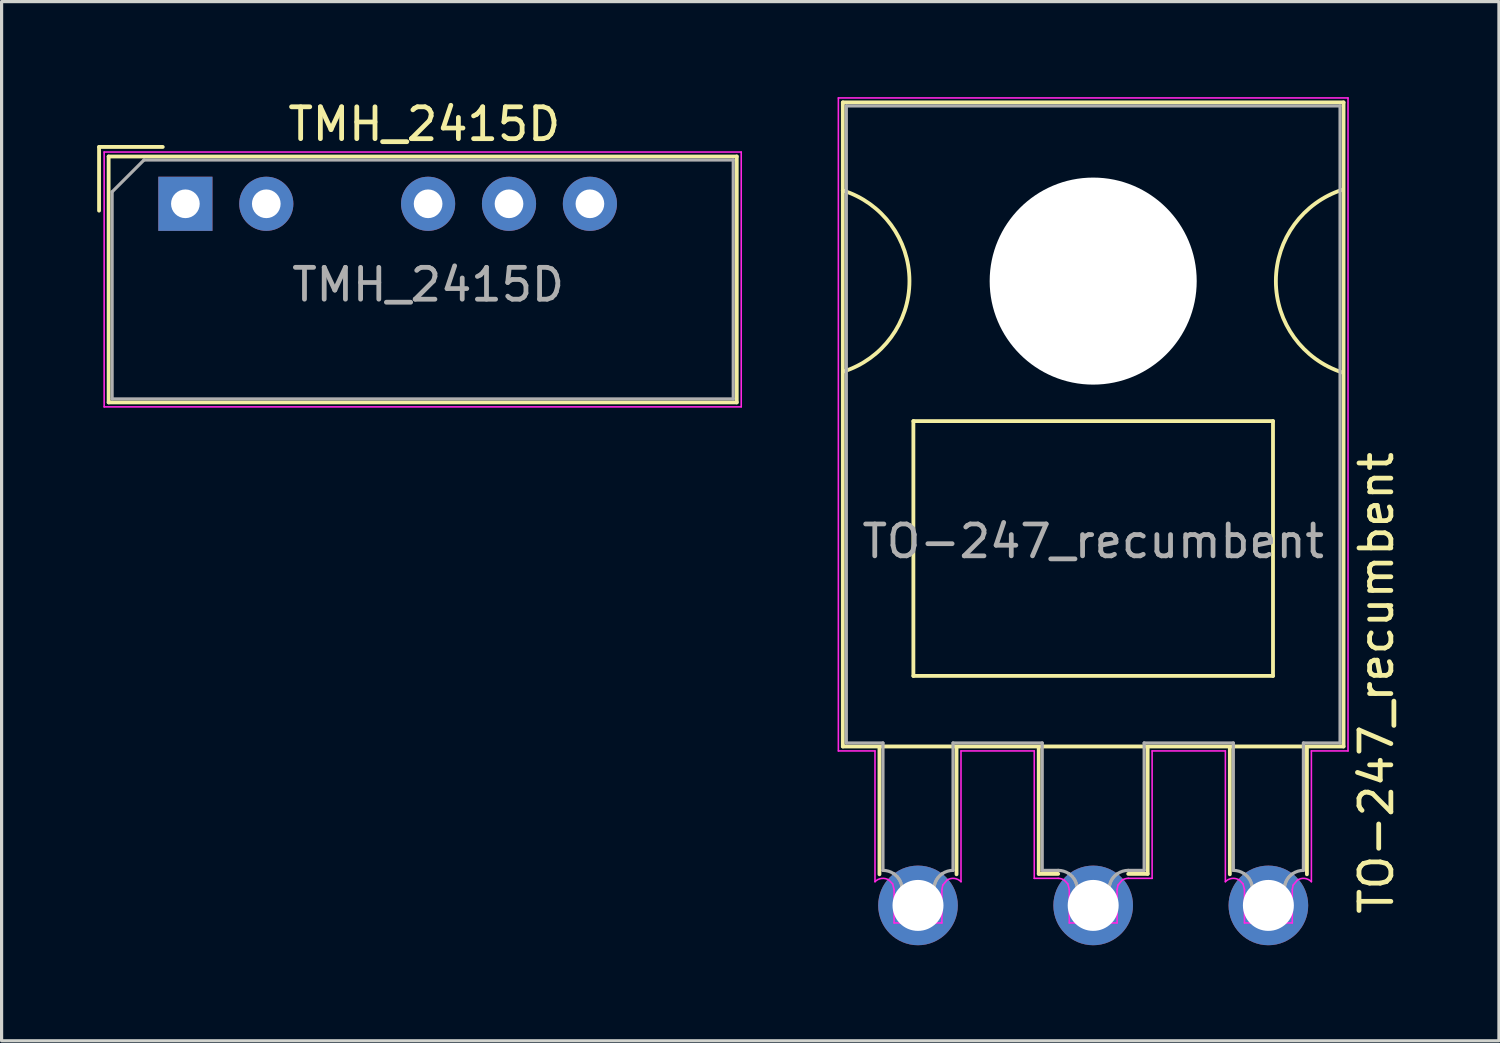
<source format=kicad_pcb>
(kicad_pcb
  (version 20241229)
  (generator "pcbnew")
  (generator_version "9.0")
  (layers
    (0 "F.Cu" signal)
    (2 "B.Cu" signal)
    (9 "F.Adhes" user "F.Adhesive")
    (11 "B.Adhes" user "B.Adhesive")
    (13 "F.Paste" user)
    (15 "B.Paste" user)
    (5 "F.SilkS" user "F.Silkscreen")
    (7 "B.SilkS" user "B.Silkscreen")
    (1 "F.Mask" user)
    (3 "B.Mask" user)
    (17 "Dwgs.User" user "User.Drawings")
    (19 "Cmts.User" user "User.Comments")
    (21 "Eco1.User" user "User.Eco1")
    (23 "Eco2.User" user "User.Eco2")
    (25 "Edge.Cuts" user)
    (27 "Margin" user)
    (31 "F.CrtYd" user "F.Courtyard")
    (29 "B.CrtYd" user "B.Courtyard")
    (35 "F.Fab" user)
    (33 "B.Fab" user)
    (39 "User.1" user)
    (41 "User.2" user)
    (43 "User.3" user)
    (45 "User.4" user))
  (footprint "TO-247_recumbent"
    (layer "F.Cu")
    (at 31.27 25.375)
    (property "Reference" "TO-247_recumbent" (at 8.89 -6.985 90) (layer "F.SilkS") (effects (font (size 1 1) (thickness 0.15))))
    (attr through_hole)
    (fp_line (start -7.86 -25.21) (end -7.86 -4.99) (stroke (width 0.12) (type solid)) (layer "F.SilkS"))
    (fp_line (start -7.86 -4.99) (end 7.86 -4.99) (stroke (width 0.12) (type solid)) (layer "F.SilkS"))
    (fp_line (start -6.71 -4.945) (end -6.71 -0.977) (stroke (width 0.12) (type solid)) (layer "F.SilkS"))
    (fp_line (start -5.645 -15.205) (end -5.645 -7.205) (stroke (width 0.12) (type solid)) (layer "F.SilkS"))
    (fp_line (start -5.645 -7.205) (end 5.645 -7.205) (stroke (width 0.12) (type solid)) (layer "F.SilkS"))
    (fp_line (start -4.29 -0.977) (end -4.29 -4.945) (stroke (width 0.12) (type solid)) (layer "F.SilkS"))
    (fp_line (start -1.71 -4.945) (end -1.71 -0.99) (stroke (width 0.12) (type solid)) (layer "F.SilkS"))
    (fp_line (start -1.71 -0.99) (end -1.1 -0.99) (stroke (width 0.12) (type solid)) (layer "F.SilkS"))
    (fp_line (start 1.1 -0.99) (end 1.71 -0.99) (stroke (width 0.12) (type solid)) (layer "F.SilkS"))
    (fp_line (start 1.71 -0.99) (end 1.71 -4.945) (stroke (width 0.12) (type solid)) (layer "F.SilkS"))
    (fp_line (start 4.29 -4.945) (end 4.29 -0.977) (stroke (width 0.12) (type solid)) (layer "F.SilkS"))
    (fp_line (start 5.645 -15.205) (end -5.645 -15.205) (stroke (width 0.12) (type solid)) (layer "F.SilkS"))
    (fp_line (start 5.645 -7.205) (end 5.645 -15.205) (stroke (width 0.12) (type solid)) (layer "F.SilkS"))
    (fp_line (start 6.71 -0.977) (end 6.71 -4.945) (stroke (width 0.12) (type solid)) (layer "F.SilkS"))
    (fp_line (start 7.86 -25.21) (end -7.86 -25.21) (stroke (width 0.12) (type solid)) (layer "F.SilkS"))
    (fp_line (start 7.86 -4.99) (end 7.86 -25.21) (stroke (width 0.12) (type solid)) (layer "F.SilkS"))
    (fp_arc (start -7.861178 -22.446409) (mid -5.768049 -19.604024) (end -7.8535 -16.756) (stroke (width 0.12) (type solid)) (layer "F.SilkS"))
    (fp_arc (start 7.823097 -16.731542) (mid 5.735504 -19.604151) (end 7.831 -22.471) (stroke (width 0.12) (type solid)) (layer "F.SilkS"))
    (fp_line (start -8 -25.35) (end -8 -4.85) (stroke (width 0.05) (type solid)) (layer "F.CrtYd"))
    (fp_line (start -8 -4.85) (end -6.85 -4.85) (stroke (width 0.05) (type solid)) (layer "F.CrtYd"))
    (fp_line (start -6.85 -4.85) (end -6.85 -0.745) (stroke (width 0.05) (type solid)) (layer "F.CrtYd"))
    (fp_line (start -6.296 -0.674) (end -6.41 -0.794) (stroke (width 0.05) (type solid)) (layer "F.CrtYd"))
    (fp_line (start -6.25 0.55) (end -6.25 -0.496) (stroke (width 0.05) (type solid)) (layer "F.CrtYd"))
    (fp_line (start -6.25 -0.496) (end -6.296 -0.674) (stroke (width 0.05) (type solid)) (layer "F.CrtYd"))
    (fp_line (start -4.75 -0.497) (end -4.75 0.55) (stroke (width 0.05) (type solid)) (layer "F.CrtYd"))
    (fp_line (start -4.75 0.55) (end -6.25 0.55) (stroke (width 0.05) (type solid)) (layer "F.CrtYd"))
    (fp_line (start -4.722 -0.636) (end -4.75 -0.497) (stroke (width 0.05) (type solid)) (layer "F.CrtYd"))
    (fp_line (start -4.591 -0.793) (end -4.722 -0.636) (stroke (width 0.05) (type solid)) (layer "F.CrtYd"))
    (fp_line (start -4.15 -4.85) (end -1.85 -4.85) (stroke (width 0.05) (type solid)) (layer "F.CrtYd"))
    (fp_line (start -4.15 -0.745) (end -4.15 -4.85) (stroke (width 0.05) (type solid)) (layer "F.CrtYd"))
    (fp_line (start -1.85 -4.85) (end -1.85 -0.85) (stroke (width 0.05) (type solid)) (layer "F.CrtYd"))
    (fp_line (start -1.85 -0.85) (end -1.1 -0.85) (stroke (width 0.05) (type solid)) (layer "F.CrtYd"))
    (fp_line (start -0.796 -0.674) (end -0.91 -0.794) (stroke (width 0.05) (type solid)) (layer "F.CrtYd"))
    (fp_line (start -0.75 -0.496) (end -0.796 -0.674) (stroke (width 0.05) (type solid)) (layer "F.CrtYd"))
    (fp_line (start -0.75 0.55) (end -0.75 -0.496) (stroke (width 0.05) (type solid)) (layer "F.CrtYd"))
    (fp_line (start 0.75 -0.497) (end 0.75 0.55) (stroke (width 0.05) (type solid)) (layer "F.CrtYd"))
    (fp_line (start 0.75 0.55) (end -0.75 0.55) (stroke (width 0.05) (type solid)) (layer "F.CrtYd"))
    (fp_line (start 0.778 -0.636) (end 0.75 -0.497) (stroke (width 0.05) (type solid)) (layer "F.CrtYd"))
    (fp_line (start 0.909 -0.793) (end 0.778 -0.636) (stroke (width 0.05) (type solid)) (layer "F.CrtYd"))
    (fp_line (start 1.1 -0.85) (end 1.85 -0.85) (stroke (width 0.05) (type solid)) (layer "F.CrtYd"))
    (fp_line (start 1.85 -4.85) (end 4.15 -4.85) (stroke (width 0.05) (type solid)) (layer "F.CrtYd"))
    (fp_line (start 1.85 -0.85) (end 1.85 -4.85) (stroke (width 0.05) (type solid)) (layer "F.CrtYd"))
    (fp_line (start 4.15 -4.85) (end 4.15 -0.745) (stroke (width 0.05) (type solid)) (layer "F.CrtYd"))
    (fp_line (start 4.704 -0.674) (end 4.59 -0.794) (stroke (width 0.05) (type solid)) (layer "F.CrtYd"))
    (fp_line (start 4.75 -0.496) (end 4.704 -0.674) (stroke (width 0.05) (type solid)) (layer "F.CrtYd"))
    (fp_line (start 4.75 0.55) (end 4.75 -0.496) (stroke (width 0.05) (type solid)) (layer "F.CrtYd"))
    (fp_line (start 6.25 -0.497) (end 6.25 0.55) (stroke (width 0.05) (type solid)) (layer "F.CrtYd"))
    (fp_line (start 6.25 0.55) (end 4.75 0.55) (stroke (width 0.05) (type solid)) (layer "F.CrtYd"))
    (fp_line (start 6.278 -0.636) (end 6.25 -0.497) (stroke (width 0.05) (type solid)) (layer "F.CrtYd"))
    (fp_line (start 6.409 -0.793) (end 6.278 -0.636) (stroke (width 0.05) (type solid)) (layer "F.CrtYd"))
    (fp_line (start 6.85 -4.85) (end 8 -4.85) (stroke (width 0.05) (type solid)) (layer "F.CrtYd"))
    (fp_line (start 6.85 -0.745) (end 6.85 -4.85) (stroke (width 0.05) (type solid)) (layer "F.CrtYd"))
    (fp_line (start 8 -25.35) (end -8 -25.35) (stroke (width 0.05) (type solid)) (layer "F.CrtYd"))
    (fp_line (start 8 -4.85) (end 8 -25.35) (stroke (width 0.05) (type solid)) (layer "F.CrtYd"))
    (fp_arc (start -6.849999 -0.744949) (mid -6.638545 -0.84787) (end -6.409689 -0.793737) (stroke (width 0.05) (type solid)) (layer "F.CrtYd"))
    (fp_arc (start -4.590939 -0.793328) (mid -4.361827 -0.847911) (end -4.150001 -0.744948) (stroke (width 0.05) (type solid)) (layer "F.CrtYd"))
    (fp_arc (start -1.1 -0.849999) (mid -1.000774 -0.835639) (end -0.90969 -0.793737) (stroke (width 0.05) (type solid)) (layer "F.CrtYd"))
    (fp_arc (start 0.909061 -0.793329) (mid 1.000414 -0.835533) (end 1.1 -0.849999) (stroke (width 0.05) (type solid)) (layer "F.CrtYd"))
    (fp_arc (start 4.15 -0.744948) (mid 4.361454 -0.84787) (end 4.59031 -0.793737) (stroke (width 0.05) (type solid)) (layer "F.CrtYd"))
    (fp_arc (start 6.409061 -0.793328) (mid 6.638173 -0.847911) (end 6.849999 -0.744948) (stroke (width 0.05) (type solid)) (layer "F.CrtYd"))
    (fp_line (start -7.75 -25.1) (end -7.75 -5.1) (stroke (width 0.1) (type solid)) (layer "F.Fab"))
    (fp_line (start -7.75 -5.1) (end -6.6 -5.1) (stroke (width 0.1) (type solid)) (layer "F.Fab"))
    (fp_line (start -6.6 -5.1) (end -6.6 -1.1) (stroke (width 0.1) (type solid)) (layer "F.Fab"))
    (fp_line (start -6 0.3) (end -6 -0.5) (stroke (width 0.1) (type solid)) (layer "F.Fab"))
    (fp_line (start -5 -0.5) (end -5 0.3) (stroke (width 0.1) (type solid)) (layer "F.Fab"))
    (fp_line (start -5 0.3) (end -6 0.3) (stroke (width 0.1) (type solid)) (layer "F.Fab"))
    (fp_line (start -4.4 -5.1) (end -1.6 -5.1) (stroke (width 0.1) (type solid)) (layer "F.Fab"))
    (fp_line (start -4.4 -1.1) (end -4.4 -5.1) (stroke (width 0.1) (type solid)) (layer "F.Fab"))
    (fp_line (start -1.6 -5.1) (end -1.6 -1.1) (stroke (width 0.1) (type solid)) (layer "F.Fab"))
    (fp_line (start -1.6 -1.1) (end -1.1 -1.1) (stroke (width 0.1) (type solid)) (layer "F.Fab"))
    (fp_line (start -0.5 0.3) (end -0.5 -0.5) (stroke (width 0.1) (type solid)) (layer "F.Fab"))
    (fp_line (start 0.5 -0.5) (end 0.5 0.3) (stroke (width 0.1) (type solid)) (layer "F.Fab"))
    (fp_line (start 0.5 0.3) (end -0.5 0.3) (stroke (width 0.1) (type solid)) (layer "F.Fab"))
    (fp_line (start 1.1 -1.1) (end 1.6 -1.1) (stroke (width 0.1) (type solid)) (layer "F.Fab"))
    (fp_line (start 1.6 -5.1) (end 4.4 -5.1) (stroke (width 0.1) (type solid)) (layer "F.Fab"))
    (fp_line (start 1.6 -1.1) (end 1.6 -5.1) (stroke (width 0.1) (type solid)) (layer "F.Fab"))
    (fp_line (start 4.4 -5.1) (end 4.4 -1.1) (stroke (width 0.1) (type solid)) (layer "F.Fab"))
    (fp_line (start 5 0.3) (end 5 -0.5) (stroke (width 0.1) (type solid)) (layer "F.Fab"))
    (fp_line (start 6 -0.5) (end 6 0.3) (stroke (width 0.1) (type solid)) (layer "F.Fab"))
    (fp_line (start 6 0.3) (end 5 0.3) (stroke (width 0.1) (type solid)) (layer "F.Fab"))
    (fp_line (start 6.6 -5.1) (end 7.75 -5.1) (stroke (width 0.1) (type solid)) (layer "F.Fab"))
    (fp_line (start 6.6 -1.1) (end 6.6 -5.1) (stroke (width 0.1) (type solid)) (layer "F.Fab"))
    (fp_line (start 7.75 -25.1) (end -7.75 -25.1) (stroke (width 0.1) (type solid)) (layer "F.Fab"))
    (fp_line (start 7.75 -5.1) (end 7.75 -25.1) (stroke (width 0.1) (type solid)) (layer "F.Fab"))
    (fp_arc (start -6.6 -1.1) (mid -6.426795 -1.074456) (end -6.268337 -1) (stroke (width 0.1) (type solid)) (layer "F.Fab"))
    (fp_arc (start -4.731662 -0.999999) (mid -4.573205 -1.074455) (end -4.4 -1.099999) (stroke (width 0.1) (type solid)) (layer "F.Fab"))
    (fp_arc (start -1.1 -1.1) (mid -0.926795 -1.074456) (end -0.768338 -1) (stroke (width 0.1) (type solid)) (layer "F.Fab"))
    (fp_arc (start 0.768338 -0.999999) (mid 0.926795 -1.074455) (end 1.1 -1.099999) (stroke (width 0.1) (type solid)) (layer "F.Fab"))
    (fp_arc (start 4.4 -1.1) (mid 4.573205 -1.074456) (end 4.731662 -1) (stroke (width 0.1) (type solid)) (layer "F.Fab"))
    (fp_arc (start 6.268338 -0.999999) (mid 6.426795 -1.074455) (end 6.6 -1.099999) (stroke (width 0.1) (type solid)) (layer "F.Fab"))
    (fp_curve (pts (xy -6.268 -1) (xy -6.247 -0.985) (xy -6.225 -0.969) (xy -6.205 -0.952)) (stroke (width 0.1) (type solid)) (layer "F.Fab"))
    (fp_curve (pts (xy -6.205 -0.952) (xy -6.186 -0.936) (xy -6.168 -0.918) (xy -6.151 -0.899)) (stroke (width 0.1) (type solid)) (layer "F.Fab"))
    (fp_curve (pts (xy -6.151 -0.899) (xy -6.134 -0.88) (xy -6.119 -0.86) (xy -6.105 -0.84)) (stroke (width 0.1) (type solid)) (layer "F.Fab"))
    (fp_curve (pts (xy -6.105 -0.84) (xy -6.091 -0.819) (xy -6.078 -0.798) (xy -6.067 -0.776)) (stroke (width 0.1) (type solid)) (layer "F.Fab"))
    (fp_curve (pts (xy -6.067 -0.776) (xy -6.056 -0.753) (xy -6.046 -0.731) (xy -6.038 -0.708)) (stroke (width 0.1) (type solid)) (layer "F.Fab"))
    (fp_curve (pts (xy -6.038 -0.708) (xy -6.029 -0.685) (xy -6.022 -0.661) (xy -6.017 -0.638)) (stroke (width 0.1) (type solid)) (layer "F.Fab"))
    (fp_curve (pts (xy -6.017 -0.638) (xy -6.011 -0.614) (xy -6.007 -0.591) (xy -6.004 -0.568)) (stroke (width 0.1) (type solid)) (layer "F.Fab"))
    (fp_curve (pts (xy -6.004 -0.568) (xy -6.002 -0.544) (xy -6.001 -0.522) (xy -6 -0.5)) (stroke (width 0.1) (type solid)) (layer "F.Fab"))
    (fp_curve (pts (xy -5 -0.5) (xy -5 -0.518) (xy -4.999 -0.536) (xy -4.997 -0.554)) (stroke (width 0.1) (type solid)) (layer "F.Fab"))
    (fp_curve (pts (xy -4.997 -0.554) (xy -4.996 -0.572) (xy -4.993 -0.591) (xy -4.989 -0.61)) (stroke (width 0.1) (type solid)) (layer "F.Fab"))
    (fp_curve (pts (xy -4.989 -0.61) (xy -4.986 -0.629) (xy -4.981 -0.647) (xy -4.976 -0.666)) (stroke (width 0.1) (type solid)) (layer "F.Fab"))
    (fp_curve (pts (xy -4.976 -0.666) (xy -4.971 -0.685) (xy -4.964 -0.703) (xy -4.957 -0.722)) (stroke (width 0.1) (type solid)) (layer "F.Fab"))
    (fp_curve (pts (xy -4.957 -0.722) (xy -4.95 -0.74) (xy -4.942 -0.758) (xy -4.933 -0.776)) (stroke (width 0.1) (type solid)) (layer "F.Fab"))
    (fp_curve (pts (xy -4.933 -0.776) (xy -4.924 -0.793) (xy -4.914 -0.81) (xy -4.903 -0.827)) (stroke (width 0.1) (type solid)) (layer "F.Fab"))
    (fp_curve (pts (xy -4.903 -0.827) (xy -4.893 -0.844) (xy -4.881 -0.86) (xy -4.869 -0.876)) (stroke (width 0.1) (type solid)) (layer "F.Fab"))
    (fp_curve (pts (xy -4.869 -0.876) (xy -4.856 -0.891) (xy -4.842 -0.907) (xy -4.828 -0.921)) (stroke (width 0.1) (type solid)) (layer "F.Fab"))
    (fp_curve (pts (xy -4.828 -0.921) (xy -4.814 -0.936) (xy -4.799 -0.949) (xy -4.783 -0.962)) (stroke (width 0.1) (type solid)) (layer "F.Fab"))
    (fp_curve (pts (xy -4.783 -0.962) (xy -4.766 -0.976) (xy -4.749 -0.988) (xy -4.732 -1)) (stroke (width 0.1) (type solid)) (layer "F.Fab"))
    (fp_curve (pts (xy -0.768 -1) (xy -0.747 -0.985) (xy -0.725 -0.969) (xy -0.705 -0.952)) (stroke (width 0.1) (type solid)) (layer "F.Fab"))
    (fp_curve (pts (xy -0.705 -0.952) (xy -0.686 -0.936) (xy -0.668 -0.918) (xy -0.651 -0.899)) (stroke (width 0.1) (type solid)) (layer "F.Fab"))
    (fp_curve (pts (xy -0.651 -0.899) (xy -0.634 -0.88) (xy -0.619 -0.86) (xy -0.605 -0.84)) (stroke (width 0.1) (type solid)) (layer "F.Fab"))
    (fp_curve (pts (xy -0.605 -0.84) (xy -0.591 -0.819) (xy -0.578 -0.798) (xy -0.567 -0.776)) (stroke (width 0.1) (type solid)) (layer "F.Fab"))
    (fp_curve (pts (xy -0.567 -0.776) (xy -0.556 -0.753) (xy -0.546 -0.731) (xy -0.538 -0.708)) (stroke (width 0.1) (type solid)) (layer "F.Fab"))
    (fp_curve (pts (xy -0.538 -0.708) (xy -0.529 -0.685) (xy -0.522 -0.661) (xy -0.517 -0.638)) (stroke (width 0.1) (type solid)) (layer "F.Fab"))
    (fp_curve (pts (xy -0.517 -0.638) (xy -0.511 -0.614) (xy -0.507 -0.591) (xy -0.504 -0.568)) (stroke (width 0.1) (type solid)) (layer "F.Fab"))
    (fp_curve (pts (xy -0.504 -0.568) (xy -0.502 -0.544) (xy -0.501 -0.522) (xy -0.5 -0.5)) (stroke (width 0.1) (type solid)) (layer "F.Fab"))
    (fp_curve (pts (xy 0.5 -0.5) (xy 0.5 -0.518) (xy 0.501 -0.536) (xy 0.503 -0.554)) (stroke (width 0.1) (type solid)) (layer "F.Fab"))
    (fp_curve (pts (xy 0.503 -0.554) (xy 0.504 -0.572) (xy 0.507 -0.591) (xy 0.511 -0.61)) (stroke (width 0.1) (type solid)) (layer "F.Fab"))
    (fp_curve (pts (xy 0.511 -0.61) (xy 0.514 -0.629) (xy 0.519 -0.647) (xy 0.524 -0.666)) (stroke (width 0.1) (type solid)) (layer "F.Fab"))
    (fp_curve (pts (xy 0.524 -0.666) (xy 0.529 -0.685) (xy 0.536 -0.703) (xy 0.543 -0.722)) (stroke (width 0.1) (type solid)) (layer "F.Fab"))
    (fp_curve (pts (xy 0.543 -0.722) (xy 0.55 -0.74) (xy 0.558 -0.758) (xy 0.567 -0.776)) (stroke (width 0.1) (type solid)) (layer "F.Fab"))
    (fp_curve (pts (xy 0.567 -0.776) (xy 0.576 -0.793) (xy 0.586 -0.81) (xy 0.597 -0.827)) (stroke (width 0.1) (type solid)) (layer "F.Fab"))
    (fp_curve (pts (xy 0.597 -0.827) (xy 0.607 -0.844) (xy 0.619 -0.86) (xy 0.631 -0.876)) (stroke (width 0.1) (type solid)) (layer "F.Fab"))
    (fp_curve (pts (xy 0.631 -0.876) (xy 0.644 -0.891) (xy 0.658 -0.907) (xy 0.672 -0.921)) (stroke (width 0.1) (type solid)) (layer "F.Fab"))
    (fp_curve (pts (xy 0.672 -0.921) (xy 0.686 -0.936) (xy 0.701 -0.949) (xy 0.717 -0.962)) (stroke (width 0.1) (type solid)) (layer "F.Fab"))
    (fp_curve (pts (xy 0.717 -0.962) (xy 0.734 -0.976) (xy 0.751 -0.988) (xy 0.768 -1)) (stroke (width 0.1) (type solid)) (layer "F.Fab"))
    (fp_curve (pts (xy 4.732 -1) (xy 4.753 -0.985) (xy 4.775 -0.969) (xy 4.795 -0.952)) (stroke (width 0.1) (type solid)) (layer "F.Fab"))
    (fp_curve (pts (xy 4.795 -0.952) (xy 4.814 -0.936) (xy 4.832 -0.918) (xy 4.849 -0.899)) (stroke (width 0.1) (type solid)) (layer "F.Fab"))
    (fp_curve (pts (xy 4.849 -0.899) (xy 4.866 -0.88) (xy 4.881 -0.86) (xy 4.895 -0.84)) (stroke (width 0.1) (type solid)) (layer "F.Fab"))
    (fp_curve (pts (xy 4.895 -0.84) (xy 4.909 -0.819) (xy 4.922 -0.798) (xy 4.933 -0.776)) (stroke (width 0.1) (type solid)) (layer "F.Fab"))
    (fp_curve (pts (xy 4.933 -0.776) (xy 4.944 -0.753) (xy 4.954 -0.731) (xy 4.962 -0.708)) (stroke (width 0.1) (type solid)) (layer "F.Fab"))
    (fp_curve (pts (xy 4.962 -0.708) (xy 4.971 -0.685) (xy 4.978 -0.661) (xy 4.983 -0.638)) (stroke (width 0.1) (type solid)) (layer "F.Fab"))
    (fp_curve (pts (xy 4.983 -0.638) (xy 4.989 -0.614) (xy 4.993 -0.591) (xy 4.996 -0.568)) (stroke (width 0.1) (type solid)) (layer "F.Fab"))
    (fp_curve (pts (xy 4.996 -0.568) (xy 4.998 -0.544) (xy 4.999 -0.522) (xy 5 -0.5)) (stroke (width 0.1) (type solid)) (layer "F.Fab"))
    (fp_curve (pts (xy 6 -0.5) (xy 6 -0.518) (xy 6.001 -0.536) (xy 6.003 -0.554)) (stroke (width 0.1) (type solid)) (layer "F.Fab"))
    (fp_curve (pts (xy 6.003 -0.554) (xy 6.004 -0.572) (xy 6.007 -0.591) (xy 6.011 -0.61)) (stroke (width 0.1) (type solid)) (layer "F.Fab"))
    (fp_curve (pts (xy 6.011 -0.61) (xy 6.014 -0.629) (xy 6.019 -0.647) (xy 6.024 -0.666)) (stroke (width 0.1) (type solid)) (layer "F.Fab"))
    (fp_curve (pts (xy 6.024 -0.666) (xy 6.029 -0.685) (xy 6.036 -0.703) (xy 6.043 -0.722)) (stroke (width 0.1) (type solid)) (layer "F.Fab"))
    (fp_curve (pts (xy 6.043 -0.722) (xy 6.05 -0.74) (xy 6.058 -0.758) (xy 6.067 -0.776)) (stroke (width 0.1) (type solid)) (layer "F.Fab"))
    (fp_curve (pts (xy 6.067 -0.776) (xy 6.076 -0.793) (xy 6.086 -0.81) (xy 6.097 -0.827)) (stroke (width 0.1) (type solid)) (layer "F.Fab"))
    (fp_curve (pts (xy 6.097 -0.827) (xy 6.107 -0.844) (xy 6.119 -0.86) (xy 6.131 -0.876)) (stroke (width 0.1) (type solid)) (layer "F.Fab"))
    (fp_curve (pts (xy 6.131 -0.876) (xy 6.144 -0.891) (xy 6.158 -0.907) (xy 6.172 -0.921)) (stroke (width 0.1) (type solid)) (layer "F.Fab"))
    (fp_curve (pts (xy 6.172 -0.921) (xy 6.186 -0.936) (xy 6.201 -0.949) (xy 6.217 -0.962)) (stroke (width 0.1) (type solid)) (layer "F.Fab"))
    (fp_curve (pts (xy 6.217 -0.962) (xy 6.234 -0.976) (xy 6.251 -0.988) (xy 6.268 -1)) (stroke (width 0.1) (type solid)) (layer "F.Fab"))
    (fp_text user "${REFERENCE}" (at 0 -11.43 0) (layer "F.Fab") (effects (font (size 1 1) (thickness 0.15))))
    (pad "" np_thru_hole circle (at 0 -19.6) (size 6.5 6.5) (drill 6.5) (layers "*.Cu" "*.Mask"))
    (pad "1" thru_hole circle (at -5.5 0) (size 2.5 2.5) (drill 1.6) (layers "*.Cu" "*.Mask"))
    (pad "2" thru_hole circle (at 0 0) (size 2.5 2.5) (drill 1.6) (layers "*.Cu" "*.Mask"))
    (pad "3" thru_hole circle (at 5.5 0) (size 2.5 2.5) (drill 1.6) (layers "*.Cu" "*.Mask")))
  (footprint "TMH_2415D"
    (layer "F.Cu")
    (at 2.77 3.348)
    (property "Reference" "TMH_2415D" (at 7.5 -2.5 0) (layer "F.SilkS") (effects (font (size 1 1) (thickness 0.15))))
    (attr through_hole)
    (fp_line (start -2.71 -1.785) (end -2.71 0.215) (stroke (width 0.12) (type solid)) (layer "F.SilkS"))
    (fp_line (start -2.41 -1.485) (end -2.41 6.235) (stroke (width 0.12) (type solid)) (layer "F.SilkS"))
    (fp_line (start -2.41 -1.485) (end 17.31 -1.485) (stroke (width 0.12) (type solid)) (layer "F.SilkS"))
    (fp_line (start -2.41 6.235) (end 17.31 6.235) (stroke (width 0.12) (type solid)) (layer "F.SilkS"))
    (fp_line (start -0.71 -1.785) (end -2.71 -1.785) (stroke (width 0.12) (type solid)) (layer "F.SilkS"))
    (fp_line (start 17.31 -1.485) (end 17.31 6.235) (stroke (width 0.12) (type solid)) (layer "F.SilkS"))
    (fp_line (start -2.55 -1.625) (end -2.55 6.375) (stroke (width 0.05) (type solid)) (layer "F.CrtYd"))
    (fp_line (start -2.55 -1.625) (end 17.45 -1.625) (stroke (width 0.05) (type solid)) (layer "F.CrtYd"))
    (fp_line (start -2.55 6.375) (end 17.45 6.375) (stroke (width 0.05) (type solid)) (layer "F.CrtYd"))
    (fp_line (start 17.45 -1.625) (end 17.45 6.375) (stroke (width 0.05) (type solid)) (layer "F.CrtYd"))
    (fp_line (start -2.3 -0.375) (end -2.3 6.125) (stroke (width 0.1) (type solid)) (layer "F.Fab"))
    (fp_line (start -2.3 -0.375) (end -1.3 -1.375) (stroke (width 0.1) (type solid)) (layer "F.Fab"))
    (fp_line (start -2.3 6.125) (end 17.2 6.125) (stroke (width 0.1) (type solid)) (layer "F.Fab"))
    (fp_line (start -1.3 -1.375) (end 17.2 -1.375) (stroke (width 0.1) (type solid)) (layer "F.Fab"))
    (fp_line (start 17.2 -1.375) (end 17.2 6.125) (stroke (width 0.1) (type solid)) (layer "F.Fab"))
    (fp_text user "${REFERENCE}" (at 7.62 2.54 0) (layer "F.Fab") (effects (font (size 1 1) (thickness 0.15))))
    (pad "1" thru_hole rect (at 0 0) (size 1.7 1.7) (drill 0.9) (layers "*.Cu" "*.Mask"))
    (pad "2" thru_hole circle (at 2.54 0) (size 1.7 1.7) (drill 0.9) (layers "*.Cu" "*.Mask"))
    (pad "4" thru_hole circle (at 7.62 0) (size 1.7 1.7) (drill 0.9) (layers "*.Cu" "*.Mask"))
    (pad "5" thru_hole circle (at 10.16 0) (size 1.7 1.7) (drill 0.9) (layers "*.Cu" "*.Mask"))
    (pad "6" thru_hole circle (at 12.7 0) (size 1.7 1.7) (drill 0.9) (layers "*.Cu" "*.Mask")))
  (gr_rect
    (start -3 -3)
    (end 44.008 29.625)
    (stroke (width 0.1) (type default))
    (fill no)
    (layer "Edge.Cuts")))
</source>
